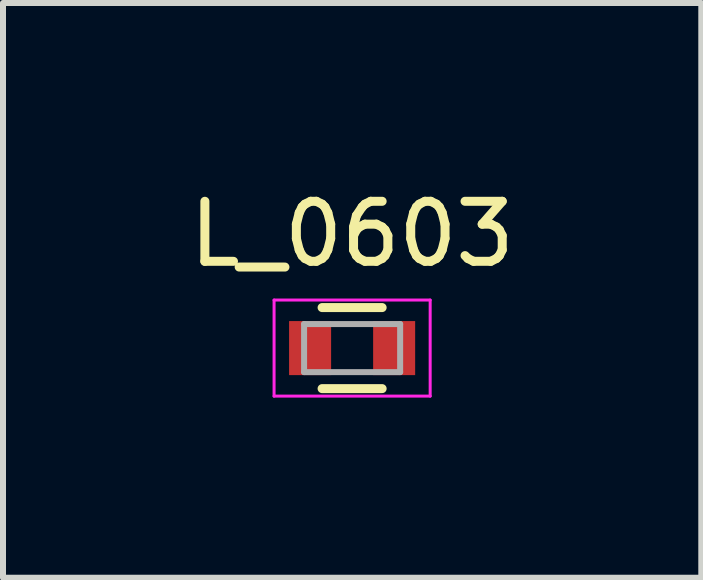
<source format=kicad_pcb>
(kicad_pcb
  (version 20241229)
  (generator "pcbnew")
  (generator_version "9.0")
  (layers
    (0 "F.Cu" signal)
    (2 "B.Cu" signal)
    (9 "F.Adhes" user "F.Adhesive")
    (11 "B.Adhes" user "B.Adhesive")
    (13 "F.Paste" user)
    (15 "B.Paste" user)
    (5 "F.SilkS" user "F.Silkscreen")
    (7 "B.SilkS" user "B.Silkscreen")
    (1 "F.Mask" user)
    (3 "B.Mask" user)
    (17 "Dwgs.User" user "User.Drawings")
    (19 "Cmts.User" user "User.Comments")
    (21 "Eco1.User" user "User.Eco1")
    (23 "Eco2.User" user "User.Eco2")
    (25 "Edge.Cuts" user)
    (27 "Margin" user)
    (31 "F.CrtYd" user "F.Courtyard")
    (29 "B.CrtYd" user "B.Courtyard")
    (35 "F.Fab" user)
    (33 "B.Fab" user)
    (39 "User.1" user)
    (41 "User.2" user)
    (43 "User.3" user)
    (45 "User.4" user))
  (footprint "L_0603"
    (layer "F.Cu")
    (at 2.815 2.748)
    (property "Reference" "L_0603" (at 0 -1.9 0) (layer "F.SilkS") (effects (font (size 1 1) (thickness 0.15))))
    (attr smd)
    (fp_line (start -0.5 -0.675) (end 0.5 -0.675) (stroke (width 0.15) (type solid)) (layer "F.SilkS"))
    (fp_line (start 0.5 0.675) (end -0.5 0.675) (stroke (width 0.15) (type solid)) (layer "F.SilkS"))
    (fp_line (start -1.3 -0.8) (end -1.3 0.8) (stroke (width 0.05) (type solid)) (layer "F.CrtYd"))
    (fp_line (start -1.3 -0.8) (end 1.3 -0.8) (stroke (width 0.05) (type solid)) (layer "F.CrtYd"))
    (fp_line (start -1.3 0.8) (end 1.3 0.8) (stroke (width 0.05) (type solid)) (layer "F.CrtYd"))
    (fp_line (start 1.3 -0.8) (end 1.3 0.8) (stroke (width 0.05) (type solid)) (layer "F.CrtYd"))
    (fp_line (start -0.8 -0.4) (end 0.8 -0.4) (stroke (width 0.1) (type solid)) (layer "F.Fab"))
    (fp_line (start -0.8 0.4) (end -0.8 -0.4) (stroke (width 0.1) (type solid)) (layer "F.Fab"))
    (fp_line (start 0.8 -0.4) (end 0.8 0.4) (stroke (width 0.1) (type solid)) (layer "F.Fab"))
    (fp_line (start 0.8 0.4) (end -0.8 0.4) (stroke (width 0.1) (type solid)) (layer "F.Fab"))
    (pad "1" smd rect (at -0.7 0) (size 0.7 0.9) (layers "F.Cu" "F.Mask" "F.Paste"))
    (pad "2" smd rect (at 0.7 0) (size 0.7 0.9) (layers "F.Cu" "F.Mask" "F.Paste")))
  (gr_rect
    (start -3 -3)
    (end 8.631 6.573)
    (stroke (width 0.1) (type default))
    (fill no)
    (layer "Edge.Cuts")))
</source>
